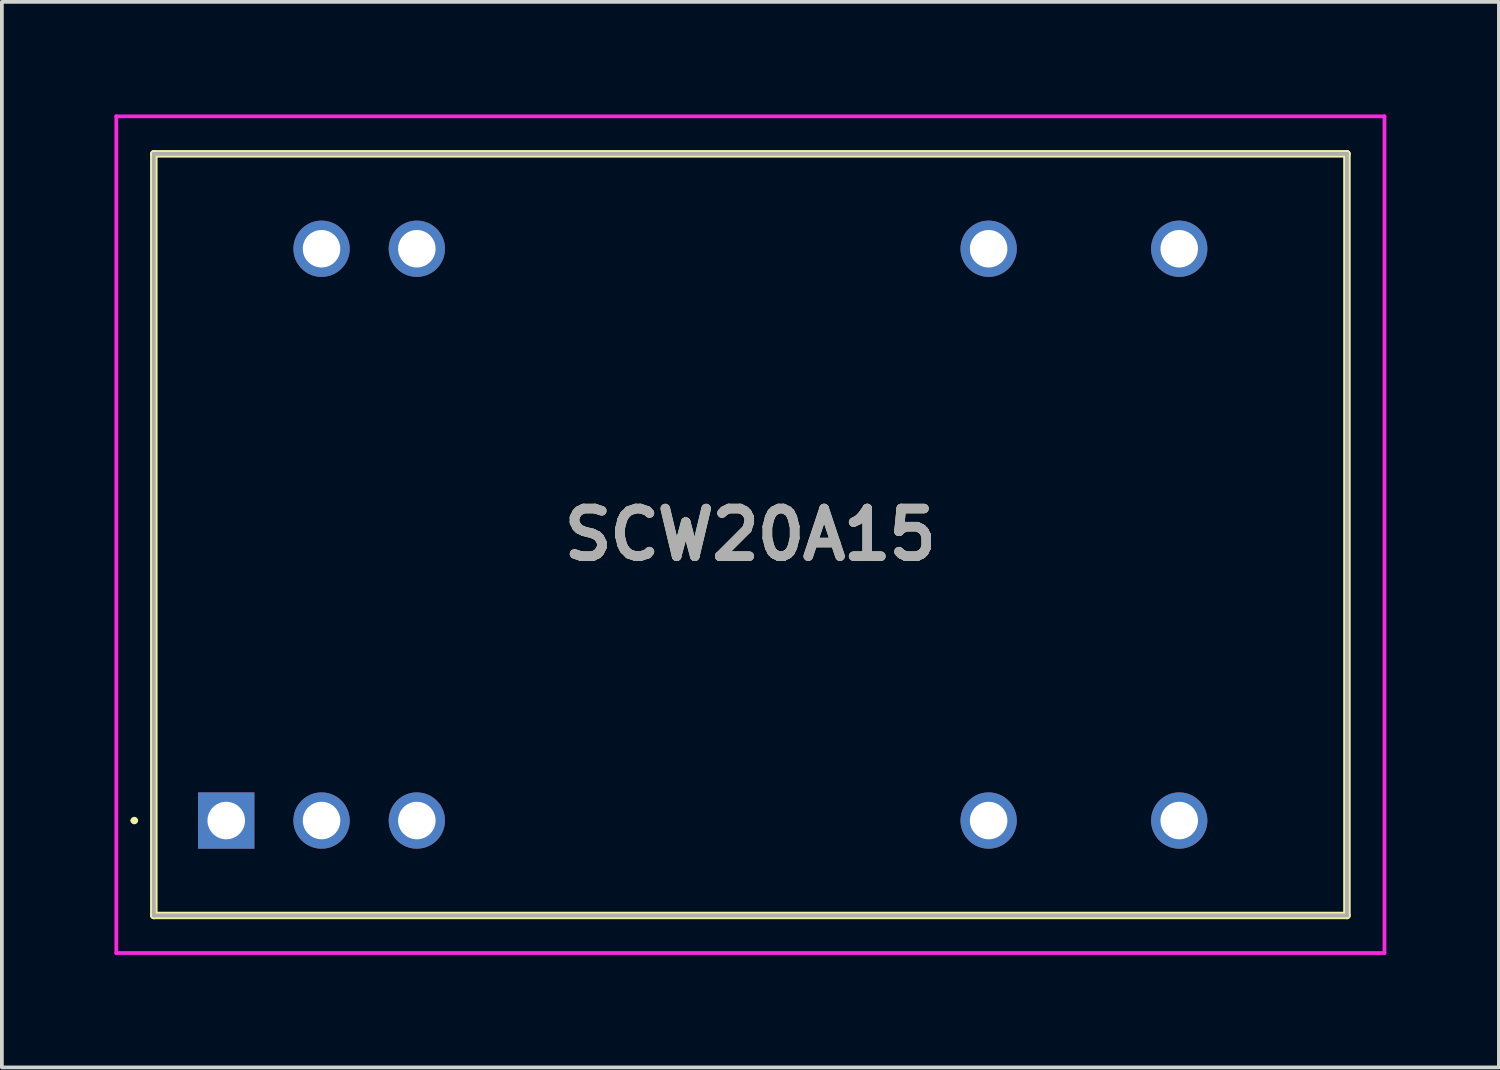
<source format=kicad_pcb>
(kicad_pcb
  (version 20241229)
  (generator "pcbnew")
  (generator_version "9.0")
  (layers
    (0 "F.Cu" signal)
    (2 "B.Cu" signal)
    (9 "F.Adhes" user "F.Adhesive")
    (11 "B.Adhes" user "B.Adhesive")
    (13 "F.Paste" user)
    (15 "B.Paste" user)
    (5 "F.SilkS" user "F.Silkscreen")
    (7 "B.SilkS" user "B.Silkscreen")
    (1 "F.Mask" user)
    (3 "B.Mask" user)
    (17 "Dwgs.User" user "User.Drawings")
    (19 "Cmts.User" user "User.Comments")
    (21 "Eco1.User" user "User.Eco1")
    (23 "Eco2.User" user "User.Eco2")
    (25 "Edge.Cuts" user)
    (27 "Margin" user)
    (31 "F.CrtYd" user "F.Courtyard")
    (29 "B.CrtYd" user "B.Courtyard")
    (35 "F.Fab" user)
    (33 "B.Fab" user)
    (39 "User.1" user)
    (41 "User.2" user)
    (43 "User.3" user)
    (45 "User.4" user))
  (footprint "SCW20A15"
    (layer "F.Cu")
    (at 2.98 18.82)
    (property "Reference" "SCW20A15" (at 13.97 -7.62 0) (layer "F.SilkS") (effects (font (size 1.27 1.27) (thickness 0.254))))
    (attr through_hole)
    (fp_line (start -2.5 0) (end -2.5 0) (stroke (width 0.1) (type solid)) (layer "F.SilkS"))
    (fp_line (start -2.4 0) (end -2.4 0) (stroke (width 0.1) (type solid)) (layer "F.SilkS"))
    (fp_line (start -1.93 -17.77) (end 29.87 -17.77) (stroke (width 0.2) (type solid)) (layer "F.SilkS"))
    (fp_line (start -1.93 2.53) (end -1.93 -17.77) (stroke (width 0.2) (type solid)) (layer "F.SilkS"))
    (fp_line (start 29.87 -17.77) (end 29.87 2.53) (stroke (width 0.2) (type solid)) (layer "F.SilkS"))
    (fp_line (start 29.87 2.53) (end -1.93 2.53) (stroke (width 0.2) (type solid)) (layer "F.SilkS"))
    (fp_arc (start -2.5 0) (mid -2.45 -0.05) (end -2.4 0) (stroke (width 0.1) (type solid)) (layer "F.SilkS"))
    (fp_arc (start -2.4 0) (mid -2.45 0.05) (end -2.5 0) (stroke (width 0.1) (type solid)) (layer "F.SilkS"))
    (fp_line (start -2.93 -18.77) (end 30.87 -18.77) (stroke (width 0.1) (type solid)) (layer "F.CrtYd"))
    (fp_line (start -2.93 3.53) (end -2.93 -18.77) (stroke (width 0.1) (type solid)) (layer "F.CrtYd"))
    (fp_line (start 30.87 -18.77) (end 30.87 3.53) (stroke (width 0.1) (type solid)) (layer "F.CrtYd"))
    (fp_line (start 30.87 3.53) (end -2.93 3.53) (stroke (width 0.1) (type solid)) (layer "F.CrtYd"))
    (fp_line (start -1.93 -17.77) (end 29.87 -17.77) (stroke (width 0.1) (type solid)) (layer "F.Fab"))
    (fp_line (start -1.93 2.53) (end -1.93 -17.77) (stroke (width 0.1) (type solid)) (layer "F.Fab"))
    (fp_line (start 29.87 -17.77) (end 29.87 2.53) (stroke (width 0.1) (type solid)) (layer "F.Fab"))
    (fp_line (start 29.87 2.53) (end -1.93 2.53) (stroke (width 0.1) (type solid)) (layer "F.Fab"))
    (fp_text user "${REFERENCE}" (at 13.97 -7.62 0) (layer "F.Fab") (effects (font (size 1.27 1.27) (thickness 0.254))))
    (pad "1" thru_hole rect (at 0 0) (size 1.5 1.5) (drill 1) (layers "*.Cu" "*.Mask"))
    (pad "2" thru_hole circle (at 2.54 0) (size 1.5 1.5) (drill 1) (layers "*.Cu" "*.Mask"))
    (pad "3" thru_hole circle (at 5.08 0) (size 1.5 1.5) (drill 1) (layers "*.Cu" "*.Mask"))
    (pad "9" thru_hole circle (at 20.32 0) (size 1.5 1.5) (drill 1) (layers "*.Cu" "*.Mask"))
    (pad "11" thru_hole circle (at 25.4 0) (size 1.5 1.5) (drill 1) (layers "*.Cu" "*.Mask"))
    (pad "14" thru_hole circle (at 25.4 -15.24) (size 1.5 1.5) (drill 1) (layers "*.Cu" "*.Mask"))
    (pad "16" thru_hole circle (at 20.32 -15.24) (size 1.5 1.5) (drill 1) (layers "*.Cu" "*.Mask"))
    (pad "22" thru_hole circle (at 5.08 -15.24) (size 1.5 1.5) (drill 1) (layers "*.Cu" "*.Mask"))
    (pad "23" thru_hole circle (at 2.54 -15.24) (size 1.5 1.5) (drill 1) (layers "*.Cu" "*.Mask")))
  (gr_rect
    (start -3 -3)
    (end 36.9 25.4)
    (stroke (width 0.1) (type default))
    (fill no)
    (layer "Edge.Cuts")))
</source>
